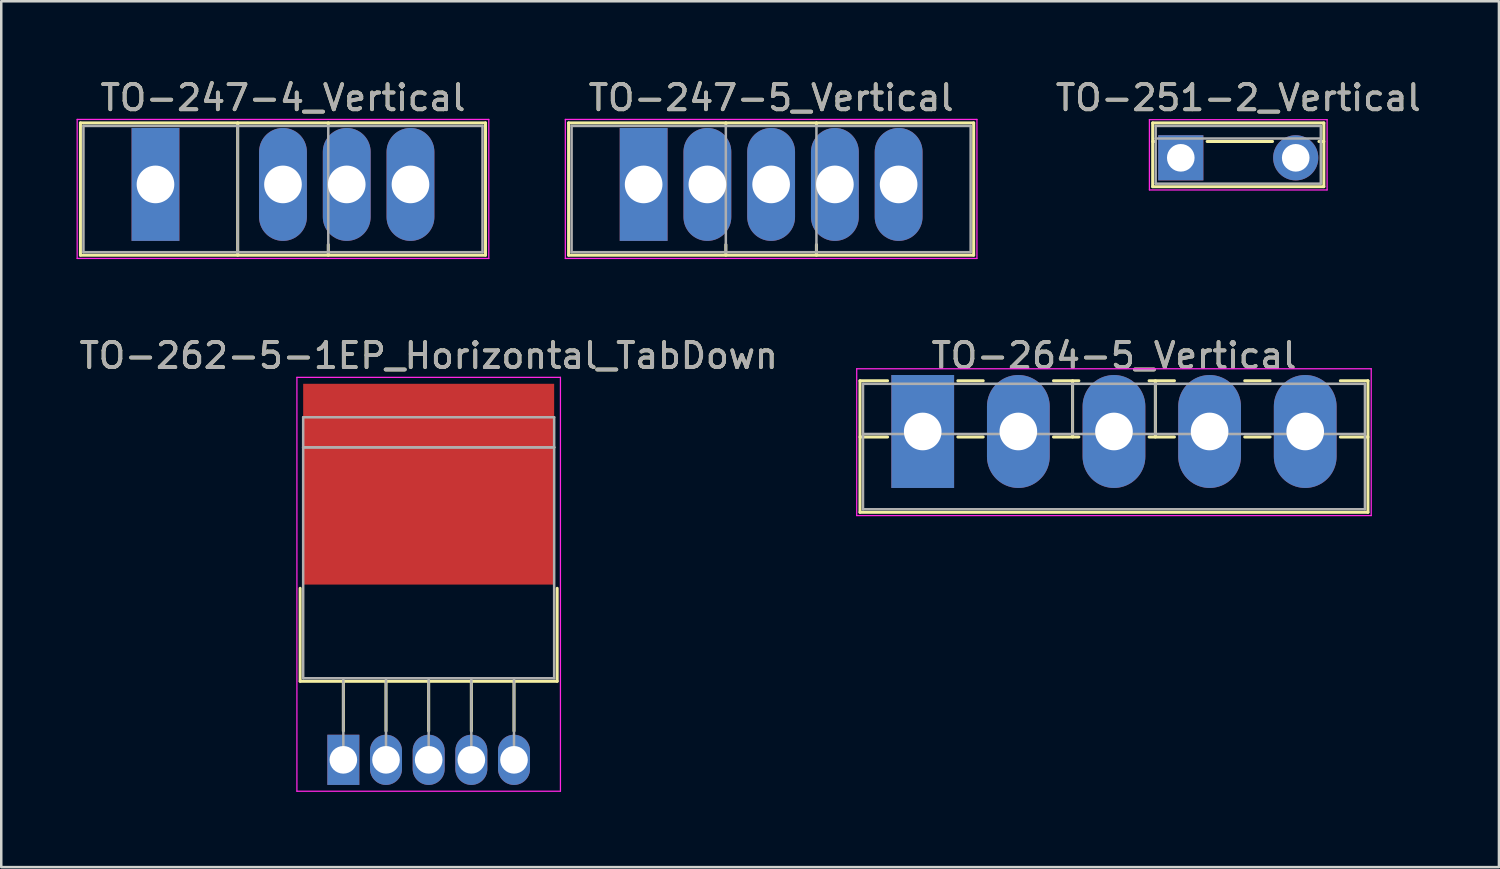
<source format=kicad_pcb>
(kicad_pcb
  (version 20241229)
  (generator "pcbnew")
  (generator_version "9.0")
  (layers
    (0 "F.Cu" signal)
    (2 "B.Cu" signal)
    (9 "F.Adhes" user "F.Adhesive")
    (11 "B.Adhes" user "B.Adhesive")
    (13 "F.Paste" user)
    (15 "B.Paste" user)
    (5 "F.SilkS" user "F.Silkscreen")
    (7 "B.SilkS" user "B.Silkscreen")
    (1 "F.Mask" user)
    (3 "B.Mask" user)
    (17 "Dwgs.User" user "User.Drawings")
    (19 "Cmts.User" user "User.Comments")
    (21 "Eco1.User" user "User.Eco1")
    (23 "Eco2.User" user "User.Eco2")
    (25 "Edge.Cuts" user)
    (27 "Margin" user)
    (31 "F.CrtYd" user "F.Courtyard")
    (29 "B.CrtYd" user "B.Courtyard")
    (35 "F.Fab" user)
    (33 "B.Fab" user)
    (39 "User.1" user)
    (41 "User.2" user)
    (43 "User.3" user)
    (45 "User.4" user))
  (footprint "TO-251-2_Vertical"
    (layer "F.Cu")
    (at 43.997 3.238)
    (property "Reference" "TO-251-2_Vertical" (at 2.29 -2.39 0) (layer "F.SilkS") (effects (font (size 1 1) (thickness 0.15))))
    (attr through_hole)
    (fp_line (start -1.12 -1.39) (end -1.12 1.15) (stroke (width 0.12) (type solid)) (layer "F.SilkS"))
    (fp_line (start -1.12 -1.39) (end 5.7 -1.39) (stroke (width 0.12) (type solid)) (layer "F.SilkS"))
    (fp_line (start -1.12 -0.651) (end -1.05 -0.651) (stroke (width 0.12) (type solid)) (layer "F.SilkS"))
    (fp_line (start -1.12 1.15) (end 5.7 1.15) (stroke (width 0.12) (type solid)) (layer "F.SilkS"))
    (fp_line (start 1.05 -0.651) (end 3.656 -0.651) (stroke (width 0.12) (type solid)) (layer "F.SilkS"))
    (fp_line (start 5.505 -0.651) (end 5.7 -0.651) (stroke (width 0.12) (type solid)) (layer "F.SilkS"))
    (fp_line (start 5.7 -1.39) (end 5.7 1.15) (stroke (width 0.12) (type solid)) (layer "F.SilkS"))
    (fp_line (start -1.25 -1.52) (end -1.25 1.28) (stroke (width 0.05) (type solid)) (layer "F.CrtYd"))
    (fp_line (start -1.25 1.28) (end 5.83 1.28) (stroke (width 0.05) (type solid)) (layer "F.CrtYd"))
    (fp_line (start 5.83 -1.52) (end -1.25 -1.52) (stroke (width 0.05) (type solid)) (layer "F.CrtYd"))
    (fp_line (start 5.83 1.28) (end 5.83 -1.52) (stroke (width 0.05) (type solid)) (layer "F.CrtYd"))
    (fp_line (start -1 -1.27) (end -1 1.03) (stroke (width 0.1) (type solid)) (layer "F.Fab"))
    (fp_line (start -1 -0.77) (end 5.58 -0.77) (stroke (width 0.1) (type solid)) (layer "F.Fab"))
    (fp_line (start -1 1.03) (end 5.58 1.03) (stroke (width 0.1) (type solid)) (layer "F.Fab"))
    (fp_line (start 5.58 -1.27) (end -1 -1.27) (stroke (width 0.1) (type solid)) (layer "F.Fab"))
    (fp_line (start 5.58 1.03) (end 5.58 -1.27) (stroke (width 0.1) (type solid)) (layer "F.Fab"))
    (fp_text user "${REFERENCE}" (at 2.29 -2.39 0) (layer "F.Fab") (effects (font (size 1 1) (thickness 0.15))))
    (pad "1" thru_hole rect (at 0 0) (size 1.8 1.8) (drill 1.1) (layers "*.Cu" "*.Mask"))
    (pad "2" thru_hole oval (at 4.58 0) (size 1.8 1.8) (drill 1.1) (layers "*.Cu" "*.Mask")))
  (footprint "TO-262-5-1EP_Horizontal_TabDown"
    (layer "F.Cu")
    (at 10.63 27.225)
    (property "Reference" "TO-262-5-1EP_Horizontal_TabDown" (at 3.4 -16.103 0) (layer "F.SilkS") (effects (font (size 1 1) (thickness 0.15))))
    (attr through_hole)
    (fp_line (start -1.721 -6.834) (end -1.721 -3.13) (stroke (width 0.12) (type solid)) (layer "F.SilkS"))
    (fp_line (start -1.721 -3.13) (end 8.52 -3.13) (stroke (width 0.12) (type solid)) (layer "F.SilkS"))
    (fp_line (start 0 -3.13) (end 0 -1.15) (stroke (width 0.12) (type solid)) (layer "F.SilkS"))
    (fp_line (start 1.7 -3.13) (end 1.7 -1.15) (stroke (width 0.12) (type solid)) (layer "F.SilkS"))
    (fp_line (start 3.4 -3.13) (end 3.4 -1.15) (stroke (width 0.12) (type solid)) (layer "F.SilkS"))
    (fp_line (start 5.1 -3.13) (end 5.1 -1.15) (stroke (width 0.12) (type solid)) (layer "F.SilkS"))
    (fp_line (start 6.8 -3.13) (end 6.8 -1.15) (stroke (width 0.12) (type solid)) (layer "F.SilkS"))
    (fp_line (start 8.52 -6.834) (end 8.52 -3.13) (stroke (width 0.12) (type solid)) (layer "F.SilkS"))
    (fp_line (start -1.85 -15.24) (end -1.85 1.25) (stroke (width 0.05) (type solid)) (layer "F.CrtYd"))
    (fp_line (start -1.85 1.25) (end 8.65 1.25) (stroke (width 0.05) (type solid)) (layer "F.CrtYd"))
    (fp_line (start 8.65 -15.24) (end -1.85 -15.24) (stroke (width 0.05) (type solid)) (layer "F.CrtYd"))
    (fp_line (start 8.65 1.25) (end 8.65 -15.24) (stroke (width 0.05) (type solid)) (layer "F.CrtYd"))
    (fp_line (start -1.6 -13.65) (end 8.4 -13.65) (stroke (width 0.1) (type solid)) (layer "F.Fab"))
    (fp_line (start -1.6 -12.45) (end -1.6 -13.65) (stroke (width 0.1) (type solid)) (layer "F.Fab"))
    (fp_line (start -1.6 -12.45) (end 8.4 -12.45) (stroke (width 0.1) (type solid)) (layer "F.Fab"))
    (fp_line (start -1.6 -3.25) (end -1.6 -12.45) (stroke (width 0.1) (type solid)) (layer "F.Fab"))
    (fp_line (start 0 -3.25) (end 0 0) (stroke (width 0.1) (type solid)) (layer "F.Fab"))
    (fp_line (start 1.7 -3.25) (end 1.7 0) (stroke (width 0.1) (type solid)) (layer "F.Fab"))
    (fp_line (start 3.4 -3.25) (end 3.4 0) (stroke (width 0.1) (type solid)) (layer "F.Fab"))
    (fp_line (start 5.1 -3.25) (end 5.1 0) (stroke (width 0.1) (type solid)) (layer "F.Fab"))
    (fp_line (start 6.8 -3.25) (end 6.8 0) (stroke (width 0.1) (type solid)) (layer "F.Fab"))
    (fp_line (start 8.4 -13.65) (end 8.4 -12.45) (stroke (width 0.1) (type solid)) (layer "F.Fab"))
    (fp_line (start 8.4 -12.45) (end -1.6 -12.45) (stroke (width 0.1) (type solid)) (layer "F.Fab"))
    (fp_line (start 8.4 -12.45) (end 8.4 -3.25) (stroke (width 0.1) (type solid)) (layer "F.Fab"))
    (fp_line (start 8.4 -3.25) (end -1.6 -3.25) (stroke (width 0.1) (type solid)) (layer "F.Fab"))
    (fp_text user "${REFERENCE}" (at 3.4 -16.103 0) (layer "F.Fab") (effects (font (size 1 1) (thickness 0.15))))
    (pad "1" thru_hole rect (at 0 0) (size 1.275 2) (drill 1.1) (layers "*.Cu" "*.Mask"))
    (pad "2" thru_hole oval (at 1.7 0) (size 1.275 2) (drill 1.1) (layers "*.Cu" "*.Mask"))
    (pad "3" thru_hole oval (at 3.4 0) (size 1.275 2) (drill 1.1) (layers "*.Cu" "*.Mask"))
    (pad "4" thru_hole oval (at 5.1 0) (size 1.275 2) (drill 1.1) (layers "*.Cu" "*.Mask"))
    (pad "5" thru_hole oval (at 6.8 0) (size 1.275 2) (drill 1.1) (layers "*.Cu" "*.Mask"))
    (pad "6" smd rect (at 3.4 -10.983) (size 10 8) (layers "F.Cu" "F.Mask" "F.Paste")))
  (footprint "TO-247-4_Vertical"
    (layer "F.Cu")
    (at 3.145 4.298)
    (property "Reference" "TO-247-4_Vertical" (at 5.08 -3.45 0) (layer "F.SilkS") (effects (font (size 1 1) (thickness 0.15))))
    (attr through_hole)
    (fp_line (start -2.99 -2.451) (end -2.99 2.82) (stroke (width 0.12) (type solid)) (layer "F.SilkS"))
    (fp_line (start -2.99 -2.451) (end 13.15 -2.451) (stroke (width 0.12) (type solid)) (layer "F.SilkS"))
    (fp_line (start -2.99 2.82) (end 13.15 2.82) (stroke (width 0.12) (type solid)) (layer "F.SilkS"))
    (fp_line (start 3.276 -2.451) (end 3.276 2.82) (stroke (width 0.12) (type solid)) (layer "F.SilkS"))
    (fp_line (start 6.885 -2.451) (end 6.885 -2.4) (stroke (width 0.12) (type solid)) (layer "F.SilkS"))
    (fp_line (start 6.885 2.4) (end 6.885 2.82) (stroke (width 0.12) (type solid)) (layer "F.SilkS"))
    (fp_line (start 13.15 -2.451) (end 13.15 2.82) (stroke (width 0.12) (type solid)) (layer "F.SilkS"))
    (fp_line (start -3.12 -2.59) (end -3.12 2.95) (stroke (width 0.05) (type solid)) (layer "F.CrtYd"))
    (fp_line (start -3.12 2.95) (end 13.28 2.95) (stroke (width 0.05) (type solid)) (layer "F.CrtYd"))
    (fp_line (start 13.28 -2.59) (end -3.12 -2.59) (stroke (width 0.05) (type solid)) (layer "F.CrtYd"))
    (fp_line (start 13.28 2.95) (end 13.28 -2.59) (stroke (width 0.05) (type solid)) (layer "F.CrtYd"))
    (fp_line (start -2.87 -2.33) (end -2.87 2.7) (stroke (width 0.1) (type solid)) (layer "F.Fab"))
    (fp_line (start -2.87 2.7) (end 13.03 2.7) (stroke (width 0.1) (type solid)) (layer "F.Fab"))
    (fp_line (start 3.275 -2.33) (end 3.275 2.7) (stroke (width 0.1) (type solid)) (layer "F.Fab"))
    (fp_line (start 6.885 -2.33) (end 6.885 2.7) (stroke (width 0.1) (type solid)) (layer "F.Fab"))
    (fp_line (start 13.03 -2.33) (end -2.87 -2.33) (stroke (width 0.1) (type solid)) (layer "F.Fab"))
    (fp_line (start 13.03 2.7) (end 13.03 -2.33) (stroke (width 0.1) (type solid)) (layer "F.Fab"))
    (fp_text user "${REFERENCE}" (at 5.08 -3.45 0) (layer "F.Fab") (effects (font (size 1 1) (thickness 0.15))))
    (pad "1" thru_hole rect (at 0 0) (size 1.905 4.5) (drill 1.5) (layers "*.Cu" "*.Mask"))
    (pad "2" thru_hole oval (at 5.08 0) (size 1.905 4.5) (drill 1.5) (layers "*.Cu" "*.Mask"))
    (pad "3" thru_hole oval (at 7.62 0) (size 1.905 4.5) (drill 1.5) (layers "*.Cu" "*.Mask"))
    (pad "4" thru_hole oval (at 10.16 0) (size 1.905 4.5) (drill 1.5) (layers "*.Cu" "*.Mask")))
  (footprint "TO-247-5_Vertical"
    (layer "F.Cu")
    (at 22.595 4.298)
    (property "Reference" "TO-247-5_Vertical" (at 5.08 -3.45 0) (layer "F.SilkS") (effects (font (size 1 1) (thickness 0.15))))
    (attr through_hole)
    (fp_line (start -2.99 -2.451) (end -2.99 2.82) (stroke (width 0.12) (type solid)) (layer "F.SilkS"))
    (fp_line (start -2.99 -2.451) (end 13.15 -2.451) (stroke (width 0.12) (type solid)) (layer "F.SilkS"))
    (fp_line (start -2.99 2.82) (end 13.15 2.82) (stroke (width 0.12) (type solid)) (layer "F.SilkS"))
    (fp_line (start 3.276 -2.451) (end 3.276 -2.4) (stroke (width 0.12) (type solid)) (layer "F.SilkS"))
    (fp_line (start 3.276 2.4) (end 3.276 2.82) (stroke (width 0.12) (type solid)) (layer "F.SilkS"))
    (fp_line (start 6.885 -2.451) (end 6.885 -2.4) (stroke (width 0.12) (type solid)) (layer "F.SilkS"))
    (fp_line (start 6.885 2.4) (end 6.885 2.82) (stroke (width 0.12) (type solid)) (layer "F.SilkS"))
    (fp_line (start 13.15 -2.451) (end 13.15 2.82) (stroke (width 0.12) (type solid)) (layer "F.SilkS"))
    (fp_line (start -3.12 -2.59) (end -3.12 2.95) (stroke (width 0.05) (type solid)) (layer "F.CrtYd"))
    (fp_line (start -3.12 2.95) (end 13.28 2.95) (stroke (width 0.05) (type solid)) (layer "F.CrtYd"))
    (fp_line (start 13.28 -2.59) (end -3.12 -2.59) (stroke (width 0.05) (type solid)) (layer "F.CrtYd"))
    (fp_line (start 13.28 2.95) (end 13.28 -2.59) (stroke (width 0.05) (type solid)) (layer "F.CrtYd"))
    (fp_line (start -2.87 -2.33) (end -2.87 2.7) (stroke (width 0.1) (type solid)) (layer "F.Fab"))
    (fp_line (start -2.87 2.7) (end 13.03 2.7) (stroke (width 0.1) (type solid)) (layer "F.Fab"))
    (fp_line (start 3.275 -2.33) (end 3.275 2.7) (stroke (width 0.1) (type solid)) (layer "F.Fab"))
    (fp_line (start 6.885 -2.33) (end 6.885 2.7) (stroke (width 0.1) (type solid)) (layer "F.Fab"))
    (fp_line (start 13.03 -2.33) (end -2.87 -2.33) (stroke (width 0.1) (type solid)) (layer "F.Fab"))
    (fp_line (start 13.03 2.7) (end 13.03 -2.33) (stroke (width 0.1) (type solid)) (layer "F.Fab"))
    (fp_text user "${REFERENCE}" (at 5.08 -3.45 0) (layer "F.Fab") (effects (font (size 1 1) (thickness 0.15))))
    (pad "1" thru_hole rect (at 0 0) (size 1.905 4.5) (drill 1.5) (layers "*.Cu" "*.Mask"))
    (pad "2" thru_hole oval (at 2.54 0) (size 1.905 4.5) (drill 1.5) (layers "*.Cu" "*.Mask"))
    (pad "3" thru_hole oval (at 5.08 0) (size 1.905 4.5) (drill 1.5) (layers "*.Cu" "*.Mask"))
    (pad "4" thru_hole oval (at 7.62 0) (size 1.905 4.5) (drill 1.5) (layers "*.Cu" "*.Mask"))
    (pad "5" thru_hole oval (at 10.16 0) (size 1.905 4.5) (drill 1.5) (layers "*.Cu" "*.Mask")))
  (footprint "TO-264-5_Vertical"
    (layer "F.Cu")
    (at 33.715 14.142)
    (property "Reference" "TO-264-5_Vertical" (at 7.62 -3.02 0) (layer "F.SilkS") (effects (font (size 1 1) (thickness 0.15))))
    (attr through_hole)
    (fp_line (start -2.5 -2.021) (end -2.5 3.22) (stroke (width 0.12) (type solid)) (layer "F.SilkS"))
    (fp_line (start -2.5 -2.021) (end -1.4 -2.021) (stroke (width 0.12) (type solid)) (layer "F.SilkS"))
    (fp_line (start -2.5 0.22) (end -1.4 0.22) (stroke (width 0.12) (type solid)) (layer "F.SilkS"))
    (fp_line (start -2.5 3.22) (end 17.74 3.22) (stroke (width 0.12) (type solid)) (layer "F.SilkS"))
    (fp_line (start 1.4 -2.021) (end 2.41 -2.021) (stroke (width 0.12) (type solid)) (layer "F.SilkS"))
    (fp_line (start 1.4 0.22) (end 2.41 0.22) (stroke (width 0.12) (type solid)) (layer "F.SilkS"))
    (fp_line (start 5.21 -2.021) (end 6.221 -2.021) (stroke (width 0.12) (type solid)) (layer "F.SilkS"))
    (fp_line (start 5.21 0.22) (end 6.221 0.22) (stroke (width 0.12) (type solid)) (layer "F.SilkS"))
    (fp_line (start 5.971 -2.021) (end 5.971 0.22) (stroke (width 0.12) (type solid)) (layer "F.SilkS"))
    (fp_line (start 9.02 -2.021) (end 10.03 -2.021) (stroke (width 0.12) (type solid)) (layer "F.SilkS"))
    (fp_line (start 9.02 0.22) (end 10.03 0.22) (stroke (width 0.12) (type solid)) (layer "F.SilkS"))
    (fp_line (start 9.27 -2.021) (end 9.27 0.22) (stroke (width 0.12) (type solid)) (layer "F.SilkS"))
    (fp_line (start 12.83 -2.021) (end 13.84 -2.021) (stroke (width 0.12) (type solid)) (layer "F.SilkS"))
    (fp_line (start 12.83 0.22) (end 13.84 0.22) (stroke (width 0.12) (type solid)) (layer "F.SilkS"))
    (fp_line (start 16.64 -2.021) (end 17.74 -2.021) (stroke (width 0.12) (type solid)) (layer "F.SilkS"))
    (fp_line (start 16.64 0.22) (end 17.74 0.22) (stroke (width 0.12) (type solid)) (layer "F.SilkS"))
    (fp_line (start 17.74 -2.021) (end 17.74 3.22) (stroke (width 0.12) (type solid)) (layer "F.SilkS"))
    (fp_line (start -2.63 -2.5) (end -2.63 3.35) (stroke (width 0.05) (type solid)) (layer "F.CrtYd"))
    (fp_line (start -2.63 3.35) (end 17.87 3.35) (stroke (width 0.05) (type solid)) (layer "F.CrtYd"))
    (fp_line (start 17.87 -2.5) (end -2.63 -2.5) (stroke (width 0.05) (type solid)) (layer "F.CrtYd"))
    (fp_line (start 17.87 3.35) (end 17.87 -2.5) (stroke (width 0.05) (type solid)) (layer "F.CrtYd"))
    (fp_line (start -2.38 -1.9) (end -2.38 3.1) (stroke (width 0.1) (type solid)) (layer "F.Fab"))
    (fp_line (start -2.38 0.1) (end 17.62 0.1) (stroke (width 0.1) (type solid)) (layer "F.Fab"))
    (fp_line (start -2.38 3.1) (end 17.62 3.1) (stroke (width 0.1) (type solid)) (layer "F.Fab"))
    (fp_line (start 5.97 -1.9) (end 5.97 0.1) (stroke (width 0.1) (type solid)) (layer "F.Fab"))
    (fp_line (start 9.27 -1.9) (end 9.27 0.1) (stroke (width 0.1) (type solid)) (layer "F.Fab"))
    (fp_line (start 17.62 -1.9) (end -2.38 -1.9) (stroke (width 0.1) (type solid)) (layer "F.Fab"))
    (fp_line (start 17.62 3.1) (end 17.62 -1.9) (stroke (width 0.1) (type solid)) (layer "F.Fab"))
    (fp_text user "${REFERENCE}" (at 7.62 -3.02 0) (layer "F.Fab") (effects (font (size 1 1) (thickness 0.15))))
    (pad "1" thru_hole rect (at 0 0) (size 2.5 4.5) (drill 1.5) (layers "*.Cu" "*.Mask"))
    (pad "2" thru_hole oval (at 3.81 0) (size 2.5 4.5) (drill 1.5) (layers "*.Cu" "*.Mask"))
    (pad "3" thru_hole oval (at 7.62 0) (size 2.5 4.5) (drill 1.5) (layers "*.Cu" "*.Mask"))
    (pad "4" thru_hole oval (at 11.43 0) (size 2.5 4.5) (drill 1.5) (layers "*.Cu" "*.Mask"))
    (pad "5" thru_hole oval (at 15.24 0) (size 2.5 4.5) (drill 1.5) (layers "*.Cu" "*.Mask")))
  (gr_rect
    (start -3 -3)
    (end 56.674 31.5)
    (stroke (width 0.1) (type default))
    (fill no)
    (layer "Edge.Cuts")))
</source>
